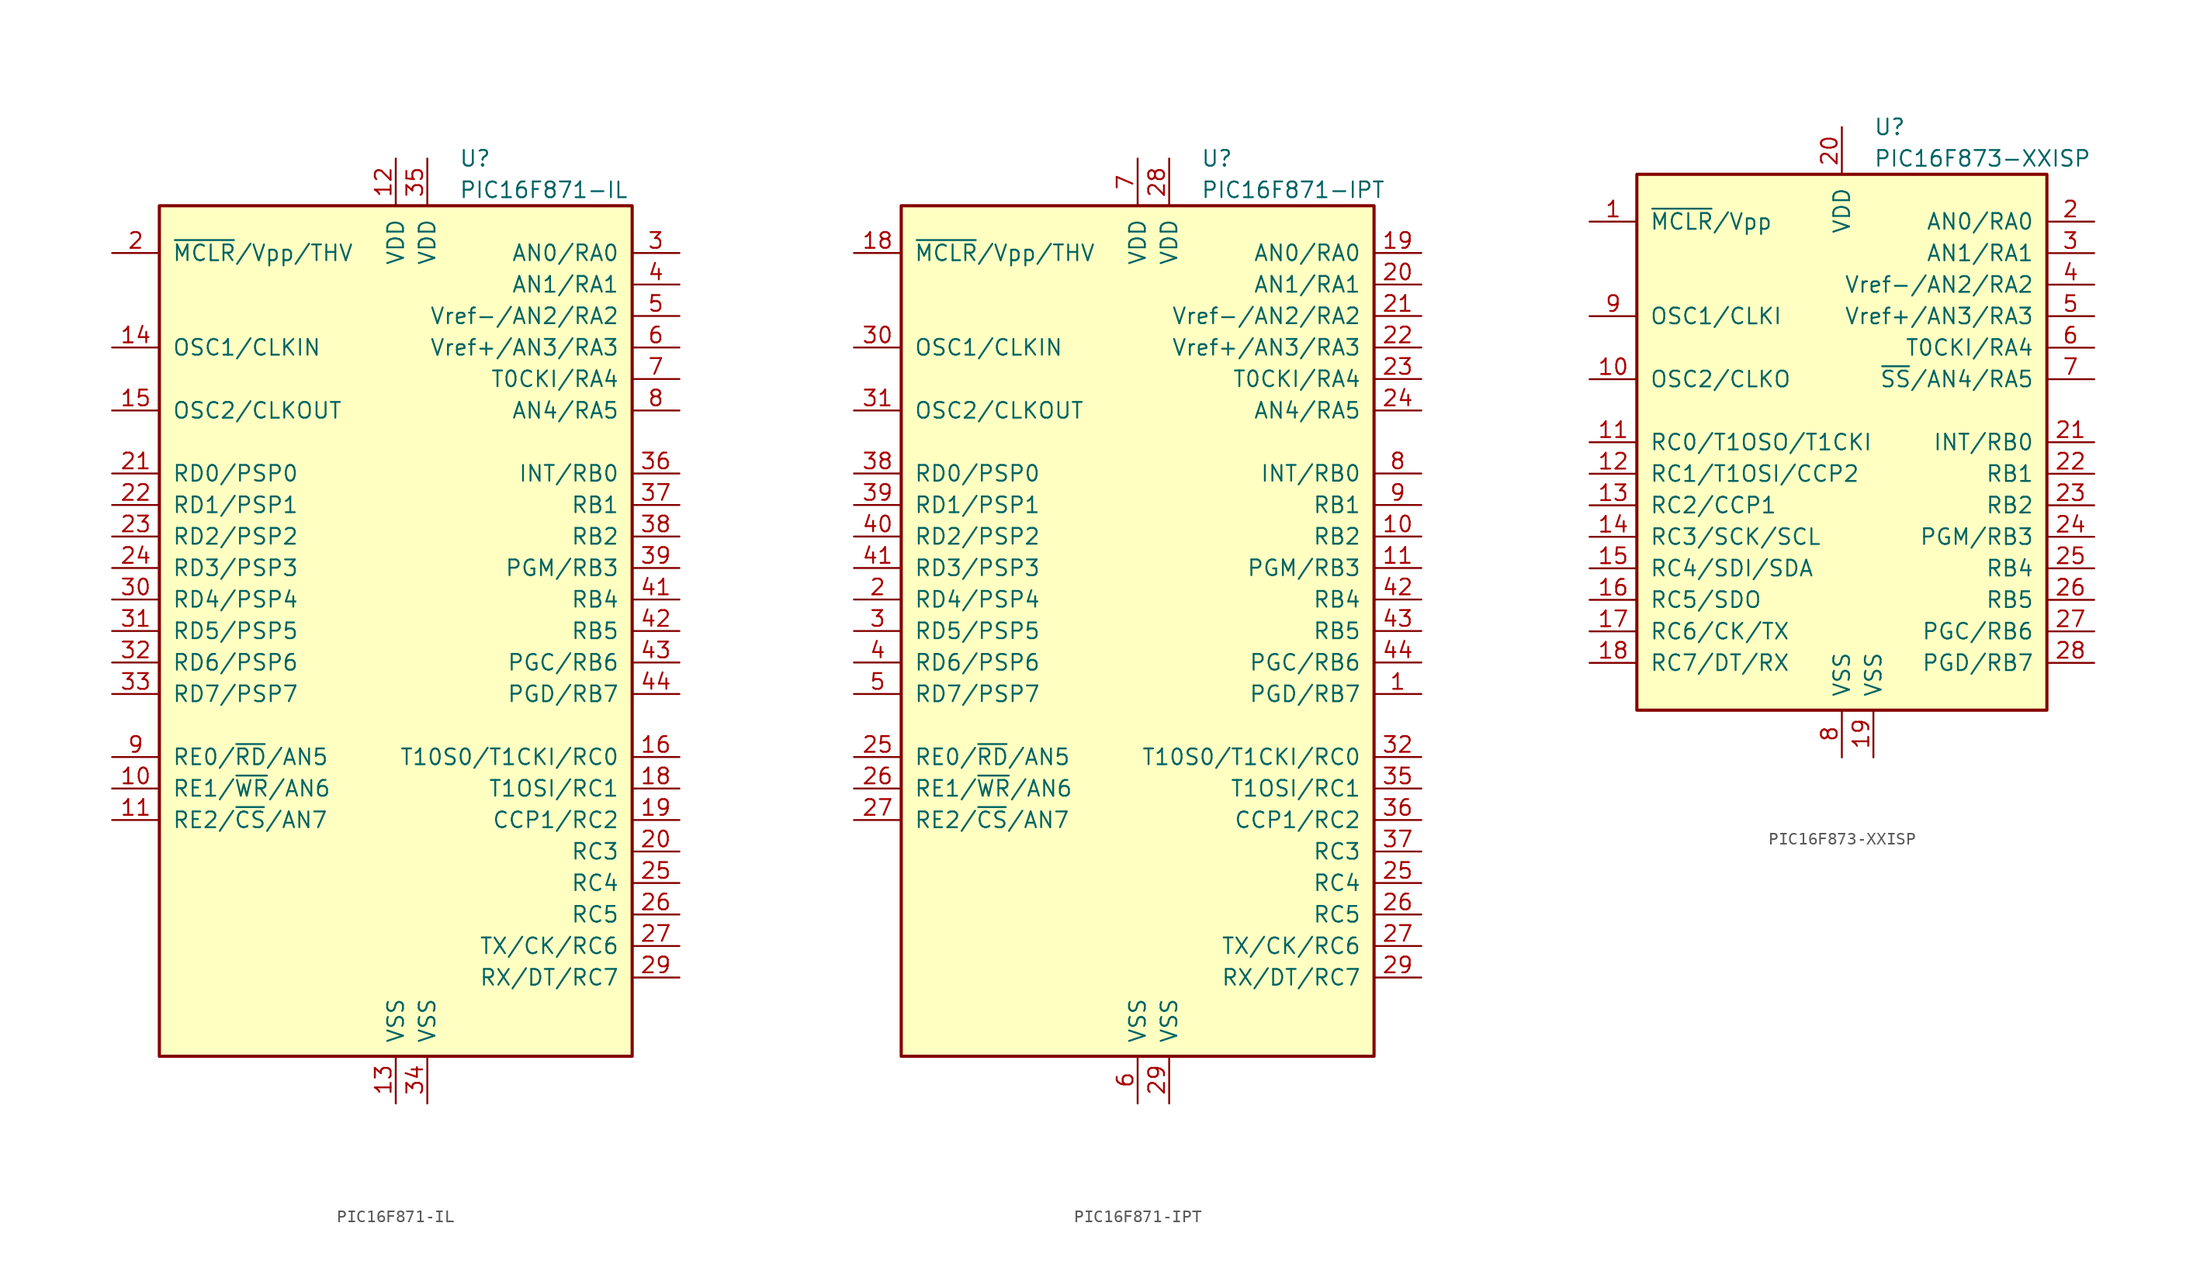
<source format=kicad_sym>
(kicad_symbol_lib
  (version 20201005)
  (generator kicad_symbol_editor)
  (symbol "PIC16F871-IL"
    (pin_names
      (offset 1.016))
    (property "Reference" "U"
      (at 5.08 38.1 0)
      (effects (font (size 1.27 1.27)) (justify left)))
    (property "Value" "PIC16F871-IL"
      (at 5.08 35.56 0)
      (effects (font (size 1.27 1.27)) (justify left)))
    (symbol "PIC16F871-IL_0_1"
      (rectangle (start -19.05 -34.29) (end 19.05 34.29) (stroke (width 0.254)) (fill (type background))))
    (symbol "PIC16F871-IL_1_1"
      (pin bidirectional line (at -22.86 -12.7 0) (length 3.81) (name "RE1/~WR~/AN6" (effects (font (size 1.27 1.27)))) (number "10" (effects (font (size 1.27 1.27)))))
      (pin bidirectional line (at -22.86 -15.24 0) (length 3.81) (name "RE2/~CS~/AN7" (effects (font (size 1.27 1.27)))) (number "11" (effects (font (size 1.27 1.27)))))
      (pin power_in line (at 0 38.1 270) (length 3.81) (name "VDD" (effects (font (size 1.27 1.27)))) (number "12" (effects (font (size 1.27 1.27)))))
      (pin power_in line (at 0 -38.1 90) (length 3.81) (name "VSS" (effects (font (size 1.27 1.27)))) (number "13" (effects (font (size 1.27 1.27)))))
      (pin input line (at -22.86 22.86 0) (length 3.81) (name "OSC1/CLKIN" (effects (font (size 1.27 1.27)))) (number "14" (effects (font (size 1.27 1.27)))))
      (pin output line (at -22.86 17.78 0) (length 3.81) (name "OSC2/CLKOUT" (effects (font (size 1.27 1.27)))) (number "15" (effects (font (size 1.27 1.27)))))
      (pin bidirectional line (at 22.86 -10.16 180) (length 3.81) (name "T10S0/T1CKI/RC0" (effects (font (size 1.27 1.27)))) (number "16" (effects (font (size 1.27 1.27)))))
      (pin bidirectional line (at 22.86 -12.7 180) (length 3.81) (name "T1OSI/RC1" (effects (font (size 1.27 1.27)))) (number "18" (effects (font (size 1.27 1.27)))))
      (pin bidirectional line (at 22.86 -15.24 180) (length 3.81) (name "CCP1/RC2" (effects (font (size 1.27 1.27)))) (number "19" (effects (font (size 1.27 1.27)))))
      (pin input line (at -22.86 30.48 0) (length 3.81) (name "~MCLR~/Vpp/THV" (effects (font (size 1.27 1.27)))) (number "2" (effects (font (size 1.27 1.27)))))
      (pin bidirectional line (at 22.86 -17.78 180) (length 3.81) (name "RC3" (effects (font (size 1.27 1.27)))) (number "20" (effects (font (size 1.27 1.27)))))
      (pin bidirectional line (at -22.86 12.7 0) (length 3.81) (name "RD0/PSP0" (effects (font (size 1.27 1.27)))) (number "21" (effects (font (size 1.27 1.27)))))
      (pin bidirectional line (at -22.86 10.16 0) (length 3.81) (name "RD1/PSP1" (effects (font (size 1.27 1.27)))) (number "22" (effects (font (size 1.27 1.27)))))
      (pin bidirectional line (at -22.86 7.62 0) (length 3.81) (name "RD2/PSP2" (effects (font (size 1.27 1.27)))) (number "23" (effects (font (size 1.27 1.27)))))
      (pin bidirectional line (at -22.86 5.08 0) (length 3.81) (name "RD3/PSP3" (effects (font (size 1.27 1.27)))) (number "24" (effects (font (size 1.27 1.27)))))
      (pin bidirectional line (at 22.86 -20.32 180) (length 3.81) (name "RC4" (effects (font (size 1.27 1.27)))) (number "25" (effects (font (size 1.27 1.27)))))
      (pin bidirectional line (at 22.86 -22.86 180) (length 3.81) (name "RC5" (effects (font (size 1.27 1.27)))) (number "26" (effects (font (size 1.27 1.27)))))
      (pin bidirectional line (at 22.86 -25.4 180) (length 3.81) (name "TX/CK/RC6" (effects (font (size 1.27 1.27)))) (number "27" (effects (font (size 1.27 1.27)))))
      (pin bidirectional line (at 22.86 -27.94 180) (length 3.81) (name "RX/DT/RC7" (effects (font (size 1.27 1.27)))) (number "29" (effects (font (size 1.27 1.27)))))
      (pin bidirectional line (at 22.86 30.48 180) (length 3.81) (name "AN0/RA0" (effects (font (size 1.27 1.27)))) (number "3" (effects (font (size 1.27 1.27)))))
      (pin bidirectional line (at -22.86 2.54 0) (length 3.81) (name "RD4/PSP4" (effects (font (size 1.27 1.27)))) (number "30" (effects (font (size 1.27 1.27)))))
      (pin bidirectional line (at -22.86 0 0) (length 3.81) (name "RD5/PSP5" (effects (font (size 1.27 1.27)))) (number "31" (effects (font (size 1.27 1.27)))))
      (pin bidirectional line (at -22.86 -2.54 0) (length 3.81) (name "RD6/PSP6" (effects (font (size 1.27 1.27)))) (number "32" (effects (font (size 1.27 1.27)))))
      (pin bidirectional line (at -22.86 -5.08 0) (length 3.81) (name "RD7/PSP7" (effects (font (size 1.27 1.27)))) (number "33" (effects (font (size 1.27 1.27)))))
      (pin power_in line (at 2.54 -38.1 90) (length 3.81) (name "VSS" (effects (font (size 1.27 1.27)))) (number "34" (effects (font (size 1.27 1.27)))))
      (pin power_in line (at 2.54 38.1 270) (length 3.81) (name "VDD" (effects (font (size 1.27 1.27)))) (number "35" (effects (font (size 1.27 1.27)))))
      (pin bidirectional line (at 22.86 12.7 180) (length 3.81) (name "INT/RB0" (effects (font (size 1.27 1.27)))) (number "36" (effects (font (size 1.27 1.27)))))
      (pin bidirectional line (at 22.86 10.16 180) (length 3.81) (name "RB1" (effects (font (size 1.27 1.27)))) (number "37" (effects (font (size 1.27 1.27)))))
      (pin bidirectional line (at 22.86 7.62 180) (length 3.81) (name "RB2" (effects (font (size 1.27 1.27)))) (number "38" (effects (font (size 1.27 1.27)))))
      (pin bidirectional line (at 22.86 5.08 180) (length 3.81) (name "PGM/RB3" (effects (font (size 1.27 1.27)))) (number "39" (effects (font (size 1.27 1.27)))))
      (pin bidirectional line (at 22.86 27.94 180) (length 3.81) (name "AN1/RA1" (effects (font (size 1.27 1.27)))) (number "4" (effects (font (size 1.27 1.27)))))
      (pin bidirectional line (at 22.86 2.54 180) (length 3.81) (name "RB4" (effects (font (size 1.27 1.27)))) (number "41" (effects (font (size 1.27 1.27)))))
      (pin bidirectional line (at 22.86 0 180) (length 3.81) (name "RB5" (effects (font (size 1.27 1.27)))) (number "42" (effects (font (size 1.27 1.27)))))
      (pin bidirectional line (at 22.86 -2.54 180) (length 3.81) (name "PGC/RB6" (effects (font (size 1.27 1.27)))) (number "43" (effects (font (size 1.27 1.27)))))
      (pin bidirectional line (at 22.86 -5.08 180) (length 3.81) (name "PGD/RB7" (effects (font (size 1.27 1.27)))) (number "44" (effects (font (size 1.27 1.27)))))
      (pin bidirectional line (at 22.86 25.4 180) (length 3.81) (name "Vref-/AN2/RA2" (effects (font (size 1.27 1.27)))) (number "5" (effects (font (size 1.27 1.27)))))
      (pin bidirectional line (at 22.86 22.86 180) (length 3.81) (name "Vref+/AN3/RA3" (effects (font (size 1.27 1.27)))) (number "6" (effects (font (size 1.27 1.27)))))
      (pin bidirectional line (at 22.86 20.32 180) (length 3.81) (name "T0CKI/RA4" (effects (font (size 1.27 1.27)))) (number "7" (effects (font (size 1.27 1.27)))))
      (pin bidirectional line (at 22.86 17.78 180) (length 3.81) (name "AN4/RA5" (effects (font (size 1.27 1.27)))) (number "8" (effects (font (size 1.27 1.27)))))
      (pin bidirectional line (at -22.86 -10.16 0) (length 3.81) (name "RE0/~RD~/AN5" (effects (font (size 1.27 1.27)))) (number "9" (effects (font (size 1.27 1.27)))))))
  (symbol "PIC16F871-IPT"
    (pin_names
      (offset 1.016))
    (property "Reference" "U"
      (at 5.08 38.1 0)
      (effects (font (size 1.27 1.27)) (justify left)))
    (property "Value" "PIC16F871-IPT"
      (at 5.08 35.56 0)
      (effects (font (size 1.27 1.27)) (justify left)))
    (symbol "PIC16F871-IPT_0_1"
      (rectangle (start -19.05 -34.29) (end 19.05 34.29) (stroke (width 0.254)) (fill (type background))))
    (symbol "PIC16F871-IPT_1_1"
      (pin bidirectional line (at 22.86 -5.08 180) (length 3.81) (name "PGD/RB7" (effects (font (size 1.27 1.27)))) (number "1" (effects (font (size 1.27 1.27)))))
      (pin bidirectional line (at 22.86 7.62 180) (length 3.81) (name "RB2" (effects (font (size 1.27 1.27)))) (number "10" (effects (font (size 1.27 1.27)))))
      (pin bidirectional line (at 22.86 5.08 180) (length 3.81) (name "PGM/RB3" (effects (font (size 1.27 1.27)))) (number "11" (effects (font (size 1.27 1.27)))))
      (pin input line (at -22.86 30.48 0) (length 3.81) (name "~MCLR~/Vpp/THV" (effects (font (size 1.27 1.27)))) (number "18" (effects (font (size 1.27 1.27)))))
      (pin bidirectional line (at 22.86 30.48 180) (length 3.81) (name "AN0/RA0" (effects (font (size 1.27 1.27)))) (number "19" (effects (font (size 1.27 1.27)))))
      (pin bidirectional line (at -22.86 2.54 0) (length 3.81) (name "RD4/PSP4" (effects (font (size 1.27 1.27)))) (number "2" (effects (font (size 1.27 1.27)))))
      (pin bidirectional line (at 22.86 27.94 180) (length 3.81) (name "AN1/RA1" (effects (font (size 1.27 1.27)))) (number "20" (effects (font (size 1.27 1.27)))))
      (pin bidirectional line (at 22.86 25.4 180) (length 3.81) (name "Vref-/AN2/RA2" (effects (font (size 1.27 1.27)))) (number "21" (effects (font (size 1.27 1.27)))))
      (pin bidirectional line (at 22.86 22.86 180) (length 3.81) (name "Vref+/AN3/RA3" (effects (font (size 1.27 1.27)))) (number "22" (effects (font (size 1.27 1.27)))))
      (pin bidirectional line (at 22.86 20.32 180) (length 3.81) (name "T0CKI/RA4" (effects (font (size 1.27 1.27)))) (number "23" (effects (font (size 1.27 1.27)))))
      (pin bidirectional line (at 22.86 17.78 180) (length 3.81) (name "AN4/RA5" (effects (font (size 1.27 1.27)))) (number "24" (effects (font (size 1.27 1.27)))))
      (pin bidirectional line (at 22.86 -20.32 180) (length 3.81) (name "RC4" (effects (font (size 1.27 1.27)))) (number "25" (effects (font (size 1.27 1.27)))))
      (pin bidirectional line (at -22.86 -10.16 0) (length 3.81) (name "RE0/~RD~/AN5" (effects (font (size 1.27 1.27)))) (number "25" (effects (font (size 1.27 1.27)))))
      (pin bidirectional line (at 22.86 -22.86 180) (length 3.81) (name "RC5" (effects (font (size 1.27 1.27)))) (number "26" (effects (font (size 1.27 1.27)))))
      (pin bidirectional line (at -22.86 -12.7 0) (length 3.81) (name "RE1/~WR~/AN6" (effects (font (size 1.27 1.27)))) (number "26" (effects (font (size 1.27 1.27)))))
      (pin bidirectional line (at -22.86 -15.24 0) (length 3.81) (name "RE2/~CS~/AN7" (effects (font (size 1.27 1.27)))) (number "27" (effects (font (size 1.27 1.27)))))
      (pin bidirectional line (at 22.86 -25.4 180) (length 3.81) (name "TX/CK/RC6" (effects (font (size 1.27 1.27)))) (number "27" (effects (font (size 1.27 1.27)))))
      (pin power_in line (at 2.54 38.1 270) (length 3.81) (name "VDD" (effects (font (size 1.27 1.27)))) (number "28" (effects (font (size 1.27 1.27)))))
      (pin bidirectional line (at 22.86 -27.94 180) (length 3.81) (name "RX/DT/RC7" (effects (font (size 1.27 1.27)))) (number "29" (effects (font (size 1.27 1.27)))))
      (pin power_in line (at 2.54 -38.1 90) (length 3.81) (name "VSS" (effects (font (size 1.27 1.27)))) (number "29" (effects (font (size 1.27 1.27)))))
      (pin bidirectional line (at -22.86 0 0) (length 3.81) (name "RD5/PSP5" (effects (font (size 1.27 1.27)))) (number "3" (effects (font (size 1.27 1.27)))))
      (pin input line (at -22.86 22.86 0) (length 3.81) (name "OSC1/CLKIN" (effects (font (size 1.27 1.27)))) (number "30" (effects (font (size 1.27 1.27)))))
      (pin output line (at -22.86 17.78 0) (length 3.81) (name "OSC2/CLKOUT" (effects (font (size 1.27 1.27)))) (number "31" (effects (font (size 1.27 1.27)))))
      (pin bidirectional line (at 22.86 -10.16 180) (length 3.81) (name "T10S0/T1CKI/RC0" (effects (font (size 1.27 1.27)))) (number "32" (effects (font (size 1.27 1.27)))))
      (pin bidirectional line (at 22.86 -12.7 180) (length 3.81) (name "T1OSI/RC1" (effects (font (size 1.27 1.27)))) (number "35" (effects (font (size 1.27 1.27)))))
      (pin bidirectional line (at 22.86 -15.24 180) (length 3.81) (name "CCP1/RC2" (effects (font (size 1.27 1.27)))) (number "36" (effects (font (size 1.27 1.27)))))
      (pin bidirectional line (at 22.86 -17.78 180) (length 3.81) (name "RC3" (effects (font (size 1.27 1.27)))) (number "37" (effects (font (size 1.27 1.27)))))
      (pin bidirectional line (at -22.86 12.7 0) (length 3.81) (name "RD0/PSP0" (effects (font (size 1.27 1.27)))) (number "38" (effects (font (size 1.27 1.27)))))
      (pin bidirectional line (at -22.86 10.16 0) (length 3.81) (name "RD1/PSP1" (effects (font (size 1.27 1.27)))) (number "39" (effects (font (size 1.27 1.27)))))
      (pin bidirectional line (at -22.86 -2.54 0) (length 3.81) (name "RD6/PSP6" (effects (font (size 1.27 1.27)))) (number "4" (effects (font (size 1.27 1.27)))))
      (pin bidirectional line (at -22.86 7.62 0) (length 3.81) (name "RD2/PSP2" (effects (font (size 1.27 1.27)))) (number "40" (effects (font (size 1.27 1.27)))))
      (pin bidirectional line (at -22.86 5.08 0) (length 3.81) (name "RD3/PSP3" (effects (font (size 1.27 1.27)))) (number "41" (effects (font (size 1.27 1.27)))))
      (pin bidirectional line (at 22.86 2.54 180) (length 3.81) (name "RB4" (effects (font (size 1.27 1.27)))) (number "42" (effects (font (size 1.27 1.27)))))
      (pin bidirectional line (at 22.86 0 180) (length 3.81) (name "RB5" (effects (font (size 1.27 1.27)))) (number "43" (effects (font (size 1.27 1.27)))))
      (pin bidirectional line (at 22.86 -2.54 180) (length 3.81) (name "PGC/RB6" (effects (font (size 1.27 1.27)))) (number "44" (effects (font (size 1.27 1.27)))))
      (pin bidirectional line (at -22.86 -5.08 0) (length 3.81) (name "RD7/PSP7" (effects (font (size 1.27 1.27)))) (number "5" (effects (font (size 1.27 1.27)))))
      (pin power_in line (at 0 -38.1 90) (length 3.81) (name "VSS" (effects (font (size 1.27 1.27)))) (number "6" (effects (font (size 1.27 1.27)))))
      (pin power_in line (at 0 38.1 270) (length 3.81) (name "VDD" (effects (font (size 1.27 1.27)))) (number "7" (effects (font (size 1.27 1.27)))))
      (pin bidirectional line (at 22.86 12.7 180) (length 3.81) (name "INT/RB0" (effects (font (size 1.27 1.27)))) (number "8" (effects (font (size 1.27 1.27)))))
      (pin bidirectional line (at 22.86 10.16 180) (length 3.81) (name "RB1" (effects (font (size 1.27 1.27)))) (number "9" (effects (font (size 1.27 1.27)))))))
  (symbol "PIC16F873-XXISP"
    (pin_names
      (offset 1.016))
    (property "Reference" "U"
      (at 2.54 25.4 0)
      (effects (font (size 1.27 1.27)) (justify left)))
    (property "Value" "PIC16F873-XXISP"
      (at 2.54 22.86 0)
      (effects (font (size 1.27 1.27)) (justify left)))
    (symbol "PIC16F873-XXISP_0_1"
      (rectangle (start -16.51 21.59) (end 16.51 -21.59) (stroke (width 0.254)) (fill (type background))))
    (symbol "PIC16F873-XXISP_1_1"
      (pin input line (at -20.32 17.78 0) (length 3.81) (name "~MCLR~/Vpp" (effects (font (size 1.27 1.27)))) (number "1" (effects (font (size 1.27 1.27)))))
      (pin output line (at -20.32 5.08 0) (length 3.81) (name "OSC2/CLKO" (effects (font (size 1.27 1.27)))) (number "10" (effects (font (size 1.27 1.27)))))
      (pin bidirectional line (at -20.32 0 0) (length 3.81) (name "RC0/T1OSO/T1CKI" (effects (font (size 1.27 1.27)))) (number "11" (effects (font (size 1.27 1.27)))))
      (pin bidirectional line (at -20.32 -2.54 0) (length 3.81) (name "RC1/T1OSI/CCP2" (effects (font (size 1.27 1.27)))) (number "12" (effects (font (size 1.27 1.27)))))
      (pin bidirectional line (at -20.32 -5.08 0) (length 3.81) (name "RC2/CCP1" (effects (font (size 1.27 1.27)))) (number "13" (effects (font (size 1.27 1.27)))))
      (pin bidirectional line (at -20.32 -7.62 0) (length 3.81) (name "RC3/SCK/SCL" (effects (font (size 1.27 1.27)))) (number "14" (effects (font (size 1.27 1.27)))))
      (pin bidirectional line (at -20.32 -10.16 0) (length 3.81) (name "RC4/SDI/SDA" (effects (font (size 1.27 1.27)))) (number "15" (effects (font (size 1.27 1.27)))))
      (pin bidirectional line (at -20.32 -12.7 0) (length 3.81) (name "RC5/SDO" (effects (font (size 1.27 1.27)))) (number "16" (effects (font (size 1.27 1.27)))))
      (pin bidirectional line (at -20.32 -15.24 0) (length 3.81) (name "RC6/CK/TX" (effects (font (size 1.27 1.27)))) (number "17" (effects (font (size 1.27 1.27)))))
      (pin bidirectional line (at -20.32 -17.78 0) (length 3.81) (name "RC7/DT/RX" (effects (font (size 1.27 1.27)))) (number "18" (effects (font (size 1.27 1.27)))))
      (pin power_in line (at 2.54 -25.4 90) (length 3.81) (name "VSS" (effects (font (size 1.27 1.27)))) (number "19" (effects (font (size 1.27 1.27)))))
      (pin bidirectional line (at 20.32 17.78 180) (length 3.81) (name "AN0/RA0" (effects (font (size 1.27 1.27)))) (number "2" (effects (font (size 1.27 1.27)))))
      (pin power_in line (at 0 25.4 270) (length 3.81) (name "VDD" (effects (font (size 1.27 1.27)))) (number "20" (effects (font (size 1.27 1.27)))))
      (pin bidirectional line (at 20.32 0 180) (length 3.81) (name "INT/RB0" (effects (font (size 1.27 1.27)))) (number "21" (effects (font (size 1.27 1.27)))))
      (pin bidirectional line (at 20.32 -2.54 180) (length 3.81) (name "RB1" (effects (font (size 1.27 1.27)))) (number "22" (effects (font (size 1.27 1.27)))))
      (pin bidirectional line (at 20.32 -5.08 180) (length 3.81) (name "RB2" (effects (font (size 1.27 1.27)))) (number "23" (effects (font (size 1.27 1.27)))))
      (pin bidirectional line (at 20.32 -7.62 180) (length 3.81) (name "PGM/RB3" (effects (font (size 1.27 1.27)))) (number "24" (effects (font (size 1.27 1.27)))))
      (pin bidirectional line (at 20.32 -10.16 180) (length 3.81) (name "RB4" (effects (font (size 1.27 1.27)))) (number "25" (effects (font (size 1.27 1.27)))))
      (pin bidirectional line (at 20.32 -12.7 180) (length 3.81) (name "RB5" (effects (font (size 1.27 1.27)))) (number "26" (effects (font (size 1.27 1.27)))))
      (pin bidirectional line (at 20.32 -15.24 180) (length 3.81) (name "PGC/RB6" (effects (font (size 1.27 1.27)))) (number "27" (effects (font (size 1.27 1.27)))))
      (pin bidirectional line (at 20.32 -17.78 180) (length 3.81) (name "PGD/RB7" (effects (font (size 1.27 1.27)))) (number "28" (effects (font (size 1.27 1.27)))))
      (pin bidirectional line (at 20.32 15.24 180) (length 3.81) (name "AN1/RA1" (effects (font (size 1.27 1.27)))) (number "3" (effects (font (size 1.27 1.27)))))
      (pin bidirectional line (at 20.32 12.7 180) (length 3.81) (name "Vref-/AN2/RA2" (effects (font (size 1.27 1.27)))) (number "4" (effects (font (size 1.27 1.27)))))
      (pin bidirectional line (at 20.32 10.16 180) (length 3.81) (name "Vref+/AN3/RA3" (effects (font (size 1.27 1.27)))) (number "5" (effects (font (size 1.27 1.27)))))
      (pin bidirectional line (at 20.32 7.62 180) (length 3.81) (name "T0CKI/RA4" (effects (font (size 1.27 1.27)))) (number "6" (effects (font (size 1.27 1.27)))))
      (pin bidirectional line (at 20.32 5.08 180) (length 3.81) (name "~SS~/AN4/RA5" (effects (font (size 1.27 1.27)))) (number "7" (effects (font (size 1.27 1.27)))))
      (pin power_in line (at 0 -25.4 90) (length 3.81) (name "VSS" (effects (font (size 1.27 1.27)))) (number "8" (effects (font (size 1.27 1.27)))))
      (pin input line (at -20.32 10.16 0) (length 3.81) (name "OSC1/CLKI" (effects (font (size 1.27 1.27)))) (number "9" (effects (font (size 1.27 1.27))))))))
</source>
